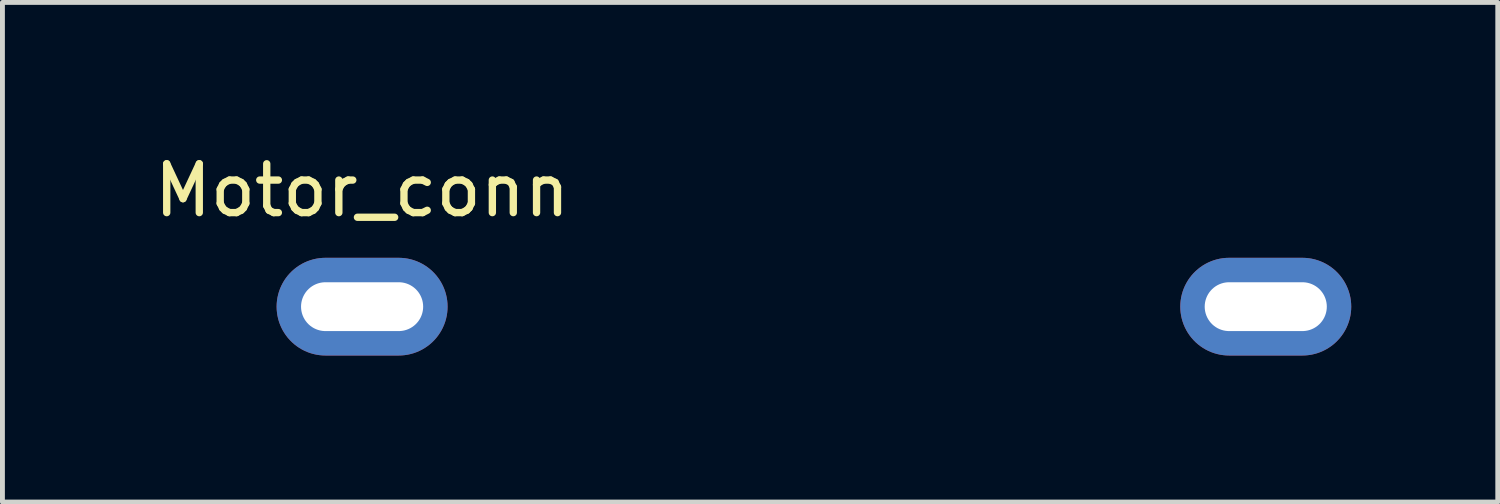
<source format=kicad_pcb>
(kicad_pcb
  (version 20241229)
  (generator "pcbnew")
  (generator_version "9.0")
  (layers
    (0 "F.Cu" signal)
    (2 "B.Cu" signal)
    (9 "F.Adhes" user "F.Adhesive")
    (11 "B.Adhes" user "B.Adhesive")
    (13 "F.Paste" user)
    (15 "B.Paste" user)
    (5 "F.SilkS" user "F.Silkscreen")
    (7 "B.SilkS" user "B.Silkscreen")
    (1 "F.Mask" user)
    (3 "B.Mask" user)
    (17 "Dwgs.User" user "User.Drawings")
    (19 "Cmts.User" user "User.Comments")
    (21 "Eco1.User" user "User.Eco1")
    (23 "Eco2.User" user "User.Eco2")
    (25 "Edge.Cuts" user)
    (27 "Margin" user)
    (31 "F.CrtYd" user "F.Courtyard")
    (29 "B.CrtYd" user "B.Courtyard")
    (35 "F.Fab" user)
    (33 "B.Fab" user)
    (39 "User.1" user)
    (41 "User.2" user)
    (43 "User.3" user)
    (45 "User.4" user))
  (footprint "Motor_conn"
    (layer "F.Cu")
    (at 4.363 3.228)
    (property "Reference" "Motor_conn" (at 0 -2.38 0) (layer "F.SilkS") (effects (font (size 1 1) (thickness 0.15))))
    (attr through_hole)
    (pad "1" thru_hole oval (at 18.5 0) (size 3.5 2) (drill oval 2.5 1) (layers "*.Cu" "*.Mask"))
    (pad "2" thru_hole oval (at 0 0) (size 3.5 2) (drill oval 2.5 1) (layers "*.Cu" "*.Mask")))
  (gr_rect
    (start -3 -3)
    (end 27.613 7.228)
    (stroke (width 0.1) (type default))
    (fill no)
    (layer "Edge.Cuts")))
</source>
